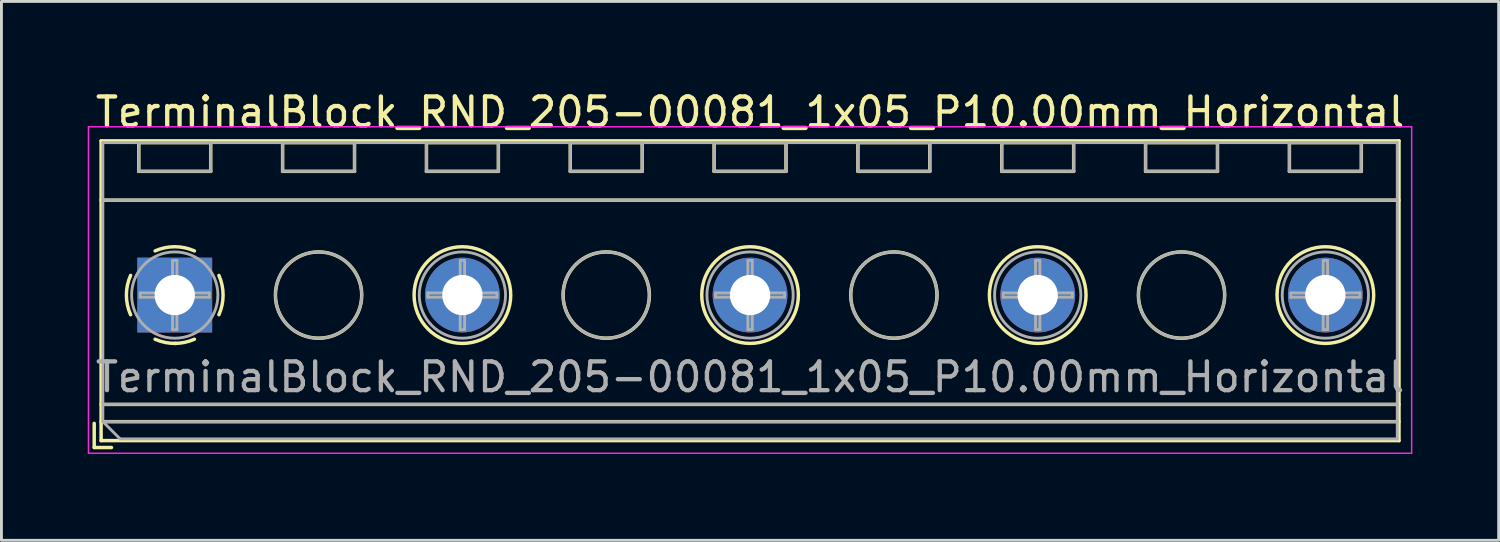
<source format=kicad_pcb>
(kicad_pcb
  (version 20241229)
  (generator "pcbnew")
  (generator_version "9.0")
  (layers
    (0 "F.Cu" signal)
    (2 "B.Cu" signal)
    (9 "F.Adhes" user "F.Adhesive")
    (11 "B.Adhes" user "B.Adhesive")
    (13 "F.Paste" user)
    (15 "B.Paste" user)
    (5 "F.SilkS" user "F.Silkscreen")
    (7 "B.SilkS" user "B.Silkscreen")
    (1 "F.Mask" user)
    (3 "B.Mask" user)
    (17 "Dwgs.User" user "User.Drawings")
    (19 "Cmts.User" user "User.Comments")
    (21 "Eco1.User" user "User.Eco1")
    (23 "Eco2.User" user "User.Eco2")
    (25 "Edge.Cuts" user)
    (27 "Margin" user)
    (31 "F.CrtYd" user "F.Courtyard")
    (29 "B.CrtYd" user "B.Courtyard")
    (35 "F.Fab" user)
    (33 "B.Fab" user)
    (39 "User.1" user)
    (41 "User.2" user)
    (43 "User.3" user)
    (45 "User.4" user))
  (footprint "TerminalBlock_RND_205-00081_1x05_P10.00mm_Horizontal"
    (layer "F.Cu")
    (at 3.025 7.208)
    (property "Reference" "TerminalBlock_RND_205-00081_1x05_P10.00mm_Horizontal" (at 20 -6.36 0) (layer "F.SilkS") (effects (font (size 1 1) (thickness 0.15))))
    (attr through_hole)
    (fp_line (start -2.8 4.46) (end -2.8 5.3) (stroke (width 0.12) (type solid)) (layer "F.SilkS"))
    (fp_line (start -2.8 5.3) (end -2.2 5.3) (stroke (width 0.12) (type solid)) (layer "F.SilkS"))
    (fp_line (start -2.56 -5.36) (end -2.56 5.06) (stroke (width 0.12) (type solid)) (layer "F.SilkS"))
    (fp_line (start -2.56 -5.36) (end 42.56 -5.36) (stroke (width 0.12) (type solid)) (layer "F.SilkS"))
    (fp_line (start -2.56 -3.301) (end 42.56 -3.301) (stroke (width 0.12) (type solid)) (layer "F.SilkS"))
    (fp_line (start -2.56 3.8) (end 42.56 3.8) (stroke (width 0.12) (type solid)) (layer "F.SilkS"))
    (fp_line (start -2.56 4.4) (end 42.56 4.4) (stroke (width 0.12) (type solid)) (layer "F.SilkS"))
    (fp_line (start -2.56 5.06) (end 42.56 5.06) (stroke (width 0.12) (type solid)) (layer "F.SilkS"))
    (fp_line (start -1.25 -5.301) (end -1.25 -4.301) (stroke (width 0.12) (type solid)) (layer "F.SilkS"))
    (fp_line (start -1.25 -5.301) (end 1.25 -5.301) (stroke (width 0.12) (type solid)) (layer "F.SilkS"))
    (fp_line (start -1.25 -4.301) (end 1.25 -4.301) (stroke (width 0.12) (type solid)) (layer "F.SilkS"))
    (fp_line (start 1.25 -5.301) (end 1.25 -4.301) (stroke (width 0.12) (type solid)) (layer "F.SilkS"))
    (fp_line (start 3.75 -5.301) (end 3.75 -4.301) (stroke (width 0.12) (type solid)) (layer "F.SilkS"))
    (fp_line (start 3.75 -5.301) (end 6.25 -5.301) (stroke (width 0.12) (type solid)) (layer "F.SilkS"))
    (fp_line (start 3.75 -4.301) (end 6.25 -4.301) (stroke (width 0.12) (type solid)) (layer "F.SilkS"))
    (fp_line (start 6.25 -5.301) (end 6.25 -4.301) (stroke (width 0.12) (type solid)) (layer "F.SilkS"))
    (fp_line (start 8.75 -5.301) (end 8.75 -4.301) (stroke (width 0.12) (type solid)) (layer "F.SilkS"))
    (fp_line (start 8.75 -5.301) (end 11.25 -5.301) (stroke (width 0.12) (type solid)) (layer "F.SilkS"))
    (fp_line (start 8.75 -4.301) (end 11.25 -4.301) (stroke (width 0.12) (type solid)) (layer "F.SilkS"))
    (fp_line (start 11.25 -5.301) (end 11.25 -4.301) (stroke (width 0.12) (type solid)) (layer "F.SilkS"))
    (fp_line (start 13.75 -5.301) (end 13.75 -4.301) (stroke (width 0.12) (type solid)) (layer "F.SilkS"))
    (fp_line (start 13.75 -5.301) (end 16.25 -5.301) (stroke (width 0.12) (type solid)) (layer "F.SilkS"))
    (fp_line (start 13.75 -4.301) (end 16.25 -4.301) (stroke (width 0.12) (type solid)) (layer "F.SilkS"))
    (fp_line (start 16.25 -5.301) (end 16.25 -4.301) (stroke (width 0.12) (type solid)) (layer "F.SilkS"))
    (fp_line (start 18.75 -5.301) (end 18.75 -4.301) (stroke (width 0.12) (type solid)) (layer "F.SilkS"))
    (fp_line (start 18.75 -5.301) (end 21.25 -5.301) (stroke (width 0.12) (type solid)) (layer "F.SilkS"))
    (fp_line (start 18.75 -4.301) (end 21.25 -4.301) (stroke (width 0.12) (type solid)) (layer "F.SilkS"))
    (fp_line (start 21.25 -5.301) (end 21.25 -4.301) (stroke (width 0.12) (type solid)) (layer "F.SilkS"))
    (fp_line (start 23.75 -5.301) (end 23.75 -4.301) (stroke (width 0.12) (type solid)) (layer "F.SilkS"))
    (fp_line (start 23.75 -5.301) (end 26.25 -5.301) (stroke (width 0.12) (type solid)) (layer "F.SilkS"))
    (fp_line (start 23.75 -4.301) (end 26.25 -4.301) (stroke (width 0.12) (type solid)) (layer "F.SilkS"))
    (fp_line (start 26.25 -5.301) (end 26.25 -4.301) (stroke (width 0.12) (type solid)) (layer "F.SilkS"))
    (fp_line (start 28.75 -5.301) (end 28.75 -4.301) (stroke (width 0.12) (type solid)) (layer "F.SilkS"))
    (fp_line (start 28.75 -5.301) (end 31.25 -5.301) (stroke (width 0.12) (type solid)) (layer "F.SilkS"))
    (fp_line (start 28.75 -4.301) (end 31.25 -4.301) (stroke (width 0.12) (type solid)) (layer "F.SilkS"))
    (fp_line (start 31.25 -5.301) (end 31.25 -4.301) (stroke (width 0.12) (type solid)) (layer "F.SilkS"))
    (fp_line (start 33.75 -5.301) (end 33.75 -4.301) (stroke (width 0.12) (type solid)) (layer "F.SilkS"))
    (fp_line (start 33.75 -5.301) (end 36.25 -5.301) (stroke (width 0.12) (type solid)) (layer "F.SilkS"))
    (fp_line (start 33.75 -4.301) (end 36.25 -4.301) (stroke (width 0.12) (type solid)) (layer "F.SilkS"))
    (fp_line (start 36.25 -5.301) (end 36.25 -4.301) (stroke (width 0.12) (type solid)) (layer "F.SilkS"))
    (fp_line (start 38.75 -5.301) (end 38.75 -4.301) (stroke (width 0.12) (type solid)) (layer "F.SilkS"))
    (fp_line (start 38.75 -5.301) (end 41.25 -5.301) (stroke (width 0.12) (type solid)) (layer "F.SilkS"))
    (fp_line (start 38.75 -4.301) (end 41.25 -4.301) (stroke (width 0.12) (type solid)) (layer "F.SilkS"))
    (fp_line (start 41.25 -5.301) (end 41.25 -4.301) (stroke (width 0.12) (type solid)) (layer "F.SilkS"))
    (fp_line (start 42.56 -5.36) (end 42.56 5.06) (stroke (width 0.12) (type solid)) (layer "F.SilkS"))
    (fp_arc (start -1.535427 0.683042) (mid -1.680501 -0.000524) (end -1.535 -0.684) (stroke (width 0.12) (type solid)) (layer "F.SilkS"))
    (fp_arc (start -0.683042 -1.535427) (mid 0.000524 -1.680501) (end 0.684 -1.535) (stroke (width 0.12) (type solid)) (layer "F.SilkS"))
    (fp_arc (start 0.028805 1.680253) (mid -0.335551 1.646659) (end -0.684 1.535) (stroke (width 0.12) (type solid)) (layer "F.SilkS"))
    (fp_arc (start 0.683318 1.534756) (mid 0.349292 1.643288) (end 0 1.68) (stroke (width 0.12) (type solid)) (layer "F.SilkS"))
    (fp_arc (start 1.535427 -0.683042) (mid 1.680501 0.000524) (end 1.535 0.684) (stroke (width 0.12) (type solid)) (layer "F.SilkS"))
    (fp_circle (center 5 0) (end 6.5 0) (stroke (width 0.12) (type solid)) (fill no) (layer "F.SilkS"))
    (fp_circle (center 10 0) (end 11.68 0) (stroke (width 0.12) (type solid)) (fill no) (layer "F.SilkS"))
    (fp_circle (center 15 0) (end 16.5 0) (stroke (width 0.12) (type solid)) (fill no) (layer "F.SilkS"))
    (fp_circle (center 20 0) (end 21.68 0) (stroke (width 0.12) (type solid)) (fill no) (layer "F.SilkS"))
    (fp_circle (center 25 0) (end 26.5 0) (stroke (width 0.12) (type solid)) (fill no) (layer "F.SilkS"))
    (fp_circle (center 30 0) (end 31.68 0) (stroke (width 0.12) (type solid)) (fill no) (layer "F.SilkS"))
    (fp_circle (center 35 0) (end 36.5 0) (stroke (width 0.12) (type solid)) (fill no) (layer "F.SilkS"))
    (fp_circle (center 40 0) (end 41.68 0) (stroke (width 0.12) (type solid)) (fill no) (layer "F.SilkS"))
    (fp_line (start -3 -5.85) (end -3 5.5) (stroke (width 0.05) (type solid)) (layer "F.CrtYd"))
    (fp_line (start -3 5.5) (end 43 5.5) (stroke (width 0.05) (type solid)) (layer "F.CrtYd"))
    (fp_line (start 43 -5.85) (end -3 -5.85) (stroke (width 0.05) (type solid)) (layer "F.CrtYd"))
    (fp_line (start 43 5.5) (end 43 -5.85) (stroke (width 0.05) (type solid)) (layer "F.CrtYd"))
    (fp_line (start -2.5 -5.3) (end 42.5 -5.3) (stroke (width 0.1) (type solid)) (layer "F.Fab"))
    (fp_line (start -2.5 -3.3) (end 42.5 -3.3) (stroke (width 0.1) (type solid)) (layer "F.Fab"))
    (fp_line (start -2.5 3.8) (end 42.5 3.8) (stroke (width 0.1) (type solid)) (layer "F.Fab"))
    (fp_line (start -2.5 4.4) (end -2.5 -5.3) (stroke (width 0.1) (type solid)) (layer "F.Fab"))
    (fp_line (start -2.5 4.4) (end 42.5 4.4) (stroke (width 0.1) (type solid)) (layer "F.Fab"))
    (fp_line (start -1.9 5) (end -2.5 4.4) (stroke (width 0.1) (type solid)) (layer "F.Fab"))
    (fp_line (start -1.25 -5.3) (end -1.25 -4.3) (stroke (width 0.1) (type solid)) (layer "F.Fab"))
    (fp_line (start -1.25 -4.3) (end 1.25 -4.3) (stroke (width 0.1) (type solid)) (layer "F.Fab"))
    (fp_line (start -1.201 -0.076) (end -0.076 -0.076) (stroke (width 0.1) (type solid)) (layer "F.Fab"))
    (fp_line (start -1.201 0.076) (end -1.201 -0.076) (stroke (width 0.1) (type solid)) (layer "F.Fab"))
    (fp_line (start -0.076 -1.201) (end 0.076 -1.201) (stroke (width 0.1) (type solid)) (layer "F.Fab"))
    (fp_line (start -0.076 -0.076) (end -0.076 -1.201) (stroke (width 0.1) (type solid)) (layer "F.Fab"))
    (fp_line (start -0.076 0.076) (end -1.201 0.076) (stroke (width 0.1) (type solid)) (layer "F.Fab"))
    (fp_line (start -0.076 1.201) (end -0.076 0.076) (stroke (width 0.1) (type solid)) (layer "F.Fab"))
    (fp_line (start 0.076 -1.201) (end 0.076 -0.076) (stroke (width 0.1) (type solid)) (layer "F.Fab"))
    (fp_line (start 0.076 -0.076) (end 1.201 -0.076) (stroke (width 0.1) (type solid)) (layer "F.Fab"))
    (fp_line (start 0.076 0.076) (end 0.076 1.201) (stroke (width 0.1) (type solid)) (layer "F.Fab"))
    (fp_line (start 0.076 1.201) (end -0.076 1.201) (stroke (width 0.1) (type solid)) (layer "F.Fab"))
    (fp_line (start 1.201 -0.076) (end 1.201 0.076) (stroke (width 0.1) (type solid)) (layer "F.Fab"))
    (fp_line (start 1.201 0.076) (end 0.076 0.076) (stroke (width 0.1) (type solid)) (layer "F.Fab"))
    (fp_line (start 1.25 -5.3) (end -1.25 -5.3) (stroke (width 0.1) (type solid)) (layer "F.Fab"))
    (fp_line (start 1.25 -4.3) (end 1.25 -5.3) (stroke (width 0.1) (type solid)) (layer "F.Fab"))
    (fp_line (start 3.75 -5.3) (end 3.75 -4.3) (stroke (width 0.1) (type solid)) (layer "F.Fab"))
    (fp_line (start 3.75 -4.3) (end 6.25 -4.3) (stroke (width 0.1) (type solid)) (layer "F.Fab"))
    (fp_line (start 6.25 -5.3) (end 3.75 -5.3) (stroke (width 0.1) (type solid)) (layer "F.Fab"))
    (fp_line (start 6.25 -4.3) (end 6.25 -5.3) (stroke (width 0.1) (type solid)) (layer "F.Fab"))
    (fp_line (start 8.75 -5.3) (end 8.75 -4.3) (stroke (width 0.1) (type solid)) (layer "F.Fab"))
    (fp_line (start 8.75 -4.3) (end 11.25 -4.3) (stroke (width 0.1) (type solid)) (layer "F.Fab"))
    (fp_line (start 8.799 -0.076) (end 9.924 -0.076) (stroke (width 0.1) (type solid)) (layer "F.Fab"))
    (fp_line (start 8.799 0.076) (end 8.799 -0.076) (stroke (width 0.1) (type solid)) (layer "F.Fab"))
    (fp_line (start 9.924 -1.201) (end 10.076 -1.201) (stroke (width 0.1) (type solid)) (layer "F.Fab"))
    (fp_line (start 9.924 -0.076) (end 9.924 -1.201) (stroke (width 0.1) (type solid)) (layer "F.Fab"))
    (fp_line (start 9.924 0.076) (end 8.799 0.076) (stroke (width 0.1) (type solid)) (layer "F.Fab"))
    (fp_line (start 9.924 1.201) (end 9.924 0.076) (stroke (width 0.1) (type solid)) (layer "F.Fab"))
    (fp_line (start 10.076 -1.201) (end 10.076 -0.076) (stroke (width 0.1) (type solid)) (layer "F.Fab"))
    (fp_line (start 10.076 -0.076) (end 11.201 -0.076) (stroke (width 0.1) (type solid)) (layer "F.Fab"))
    (fp_line (start 10.076 0.076) (end 10.076 1.201) (stroke (width 0.1) (type solid)) (layer "F.Fab"))
    (fp_line (start 10.076 1.201) (end 9.924 1.201) (stroke (width 0.1) (type solid)) (layer "F.Fab"))
    (fp_line (start 11.201 -0.076) (end 11.201 0.076) (stroke (width 0.1) (type solid)) (layer "F.Fab"))
    (fp_line (start 11.201 0.076) (end 10.076 0.076) (stroke (width 0.1) (type solid)) (layer "F.Fab"))
    (fp_line (start 11.25 -5.3) (end 8.75 -5.3) (stroke (width 0.1) (type solid)) (layer "F.Fab"))
    (fp_line (start 11.25 -4.3) (end 11.25 -5.3) (stroke (width 0.1) (type solid)) (layer "F.Fab"))
    (fp_line (start 13.75 -5.3) (end 13.75 -4.3) (stroke (width 0.1) (type solid)) (layer "F.Fab"))
    (fp_line (start 13.75 -4.3) (end 16.25 -4.3) (stroke (width 0.1) (type solid)) (layer "F.Fab"))
    (fp_line (start 16.25 -5.3) (end 13.75 -5.3) (stroke (width 0.1) (type solid)) (layer "F.Fab"))
    (fp_line (start 16.25 -4.3) (end 16.25 -5.3) (stroke (width 0.1) (type solid)) (layer "F.Fab"))
    (fp_line (start 18.75 -5.3) (end 18.75 -4.3) (stroke (width 0.1) (type solid)) (layer "F.Fab"))
    (fp_line (start 18.75 -4.3) (end 21.25 -4.3) (stroke (width 0.1) (type solid)) (layer "F.Fab"))
    (fp_line (start 18.799 -0.076) (end 19.924 -0.076) (stroke (width 0.1) (type solid)) (layer "F.Fab"))
    (fp_line (start 18.799 0.076) (end 18.799 -0.076) (stroke (width 0.1) (type solid)) (layer "F.Fab"))
    (fp_line (start 19.924 -1.201) (end 20.076 -1.201) (stroke (width 0.1) (type solid)) (layer "F.Fab"))
    (fp_line (start 19.924 -0.076) (end 19.924 -1.201) (stroke (width 0.1) (type solid)) (layer "F.Fab"))
    (fp_line (start 19.924 0.076) (end 18.799 0.076) (stroke (width 0.1) (type solid)) (layer "F.Fab"))
    (fp_line (start 19.924 1.201) (end 19.924 0.076) (stroke (width 0.1) (type solid)) (layer "F.Fab"))
    (fp_line (start 20.076 -1.201) (end 20.076 -0.076) (stroke (width 0.1) (type solid)) (layer "F.Fab"))
    (fp_line (start 20.076 -0.076) (end 21.201 -0.076) (stroke (width 0.1) (type solid)) (layer "F.Fab"))
    (fp_line (start 20.076 0.076) (end 20.076 1.201) (stroke (width 0.1) (type solid)) (layer "F.Fab"))
    (fp_line (start 20.076 1.201) (end 19.924 1.201) (stroke (width 0.1) (type solid)) (layer "F.Fab"))
    (fp_line (start 21.201 -0.076) (end 21.201 0.076) (stroke (width 0.1) (type solid)) (layer "F.Fab"))
    (fp_line (start 21.201 0.076) (end 20.076 0.076) (stroke (width 0.1) (type solid)) (layer "F.Fab"))
    (fp_line (start 21.25 -5.3) (end 18.75 -5.3) (stroke (width 0.1) (type solid)) (layer "F.Fab"))
    (fp_line (start 21.25 -4.3) (end 21.25 -5.3) (stroke (width 0.1) (type solid)) (layer "F.Fab"))
    (fp_line (start 23.75 -5.3) (end 23.75 -4.3) (stroke (width 0.1) (type solid)) (layer "F.Fab"))
    (fp_line (start 23.75 -4.3) (end 26.25 -4.3) (stroke (width 0.1) (type solid)) (layer "F.Fab"))
    (fp_line (start 26.25 -5.3) (end 23.75 -5.3) (stroke (width 0.1) (type solid)) (layer "F.Fab"))
    (fp_line (start 26.25 -4.3) (end 26.25 -5.3) (stroke (width 0.1) (type solid)) (layer "F.Fab"))
    (fp_line (start 28.75 -5.3) (end 28.75 -4.3) (stroke (width 0.1) (type solid)) (layer "F.Fab"))
    (fp_line (start 28.75 -4.3) (end 31.25 -4.3) (stroke (width 0.1) (type solid)) (layer "F.Fab"))
    (fp_line (start 28.799 -0.076) (end 29.924 -0.076) (stroke (width 0.1) (type solid)) (layer "F.Fab"))
    (fp_line (start 28.799 0.076) (end 28.799 -0.076) (stroke (width 0.1) (type solid)) (layer "F.Fab"))
    (fp_line (start 29.924 -1.201) (end 30.076 -1.201) (stroke (width 0.1) (type solid)) (layer "F.Fab"))
    (fp_line (start 29.924 -0.076) (end 29.924 -1.201) (stroke (width 0.1) (type solid)) (layer "F.Fab"))
    (fp_line (start 29.924 0.076) (end 28.799 0.076) (stroke (width 0.1) (type solid)) (layer "F.Fab"))
    (fp_line (start 29.924 1.201) (end 29.924 0.076) (stroke (width 0.1) (type solid)) (layer "F.Fab"))
    (fp_line (start 30.076 -1.201) (end 30.076 -0.076) (stroke (width 0.1) (type solid)) (layer "F.Fab"))
    (fp_line (start 30.076 -0.076) (end 31.201 -0.076) (stroke (width 0.1) (type solid)) (layer "F.Fab"))
    (fp_line (start 30.076 0.076) (end 30.076 1.201) (stroke (width 0.1) (type solid)) (layer "F.Fab"))
    (fp_line (start 30.076 1.201) (end 29.924 1.201) (stroke (width 0.1) (type solid)) (layer "F.Fab"))
    (fp_line (start 31.201 -0.076) (end 31.201 0.076) (stroke (width 0.1) (type solid)) (layer "F.Fab"))
    (fp_line (start 31.201 0.076) (end 30.076 0.076) (stroke (width 0.1) (type solid)) (layer "F.Fab"))
    (fp_line (start 31.25 -5.3) (end 28.75 -5.3) (stroke (width 0.1) (type solid)) (layer "F.Fab"))
    (fp_line (start 31.25 -4.3) (end 31.25 -5.3) (stroke (width 0.1) (type solid)) (layer "F.Fab"))
    (fp_line (start 33.75 -5.3) (end 33.75 -4.3) (stroke (width 0.1) (type solid)) (layer "F.Fab"))
    (fp_line (start 33.75 -4.3) (end 36.25 -4.3) (stroke (width 0.1) (type solid)) (layer "F.Fab"))
    (fp_line (start 36.25 -5.3) (end 33.75 -5.3) (stroke (width 0.1) (type solid)) (layer "F.Fab"))
    (fp_line (start 36.25 -4.3) (end 36.25 -5.3) (stroke (width 0.1) (type solid)) (layer "F.Fab"))
    (fp_line (start 38.75 -5.3) (end 38.75 -4.3) (stroke (width 0.1) (type solid)) (layer "F.Fab"))
    (fp_line (start 38.75 -4.3) (end 41.25 -4.3) (stroke (width 0.1) (type solid)) (layer "F.Fab"))
    (fp_line (start 38.799 -0.076) (end 39.924 -0.076) (stroke (width 0.1) (type solid)) (layer "F.Fab"))
    (fp_line (start 38.799 0.076) (end 38.799 -0.076) (stroke (width 0.1) (type solid)) (layer "F.Fab"))
    (fp_line (start 39.924 -1.201) (end 40.076 -1.201) (stroke (width 0.1) (type solid)) (layer "F.Fab"))
    (fp_line (start 39.924 -0.076) (end 39.924 -1.201) (stroke (width 0.1) (type solid)) (layer "F.Fab"))
    (fp_line (start 39.924 0.076) (end 38.799 0.076) (stroke (width 0.1) (type solid)) (layer "F.Fab"))
    (fp_line (start 39.924 1.201) (end 39.924 0.076) (stroke (width 0.1) (type solid)) (layer "F.Fab"))
    (fp_line (start 40.076 -1.201) (end 40.076 -0.076) (stroke (width 0.1) (type solid)) (layer "F.Fab"))
    (fp_line (start 40.076 -0.076) (end 41.201 -0.076) (stroke (width 0.1) (type solid)) (layer "F.Fab"))
    (fp_line (start 40.076 0.076) (end 40.076 1.201) (stroke (width 0.1) (type solid)) (layer "F.Fab"))
    (fp_line (start 40.076 1.201) (end 39.924 1.201) (stroke (width 0.1) (type solid)) (layer "F.Fab"))
    (fp_line (start 41.201 -0.076) (end 41.201 0.076) (stroke (width 0.1) (type solid)) (layer "F.Fab"))
    (fp_line (start 41.201 0.076) (end 40.076 0.076) (stroke (width 0.1) (type solid)) (layer "F.Fab"))
    (fp_line (start 41.25 -5.3) (end 38.75 -5.3) (stroke (width 0.1) (type solid)) (layer "F.Fab"))
    (fp_line (start 41.25 -4.3) (end 41.25 -5.3) (stroke (width 0.1) (type solid)) (layer "F.Fab"))
    (fp_line (start 42.5 -5.3) (end 42.5 5) (stroke (width 0.1) (type solid)) (layer "F.Fab"))
    (fp_line (start 42.5 5) (end -1.9 5) (stroke (width 0.1) (type solid)) (layer "F.Fab"))
    (fp_circle (center 0 0) (end 1.5 0) (stroke (width 0.1) (type solid)) (fill no) (layer "F.Fab"))
    (fp_circle (center 5 0) (end 6.5 0) (stroke (width 0.1) (type solid)) (fill no) (layer "F.Fab"))
    (fp_circle (center 10 0) (end 11.5 0) (stroke (width 0.1) (type solid)) (fill no) (layer "F.Fab"))
    (fp_circle (center 15 0) (end 16.5 0) (stroke (width 0.1) (type solid)) (fill no) (layer "F.Fab"))
    (fp_circle (center 20 0) (end 21.5 0) (stroke (width 0.1) (type solid)) (fill no) (layer "F.Fab"))
    (fp_circle (center 25 0) (end 26.5 0) (stroke (width 0.1) (type solid)) (fill no) (layer "F.Fab"))
    (fp_circle (center 30 0) (end 31.5 0) (stroke (width 0.1) (type solid)) (fill no) (layer "F.Fab"))
    (fp_circle (center 35 0) (end 36.5 0) (stroke (width 0.1) (type solid)) (fill no) (layer "F.Fab"))
    (fp_circle (center 40 0) (end 41.5 0) (stroke (width 0.1) (type solid)) (fill no) (layer "F.Fab"))
    (fp_text user "${REFERENCE}" (at 20 2.85 0) (layer "F.Fab") (effects (font (size 1 1) (thickness 0.15))))
    (pad "1" thru_hole rect (at 0 0) (size 2.6 2.6) (drill 1.4) (layers "*.Cu" "*.Mask"))
    (pad "2" thru_hole circle (at 10 0) (size 2.6 2.6) (drill 1.4) (layers "*.Cu" "*.Mask"))
    (pad "3" thru_hole circle (at 20 0) (size 2.6 2.6) (drill 1.4) (layers "*.Cu" "*.Mask"))
    (pad "4" thru_hole circle (at 30 0) (size 2.6 2.6) (drill 1.4) (layers "*.Cu" "*.Mask"))
    (pad "5" thru_hole circle (at 40 0) (size 2.6 2.6) (drill 1.4) (layers "*.Cu" "*.Mask")))
  (gr_rect
    (start -3 -3)
    (end 49.05 15.733)
    (stroke (width 0.1) (type default))
    (fill no)
    (layer "Edge.Cuts")))
</source>
